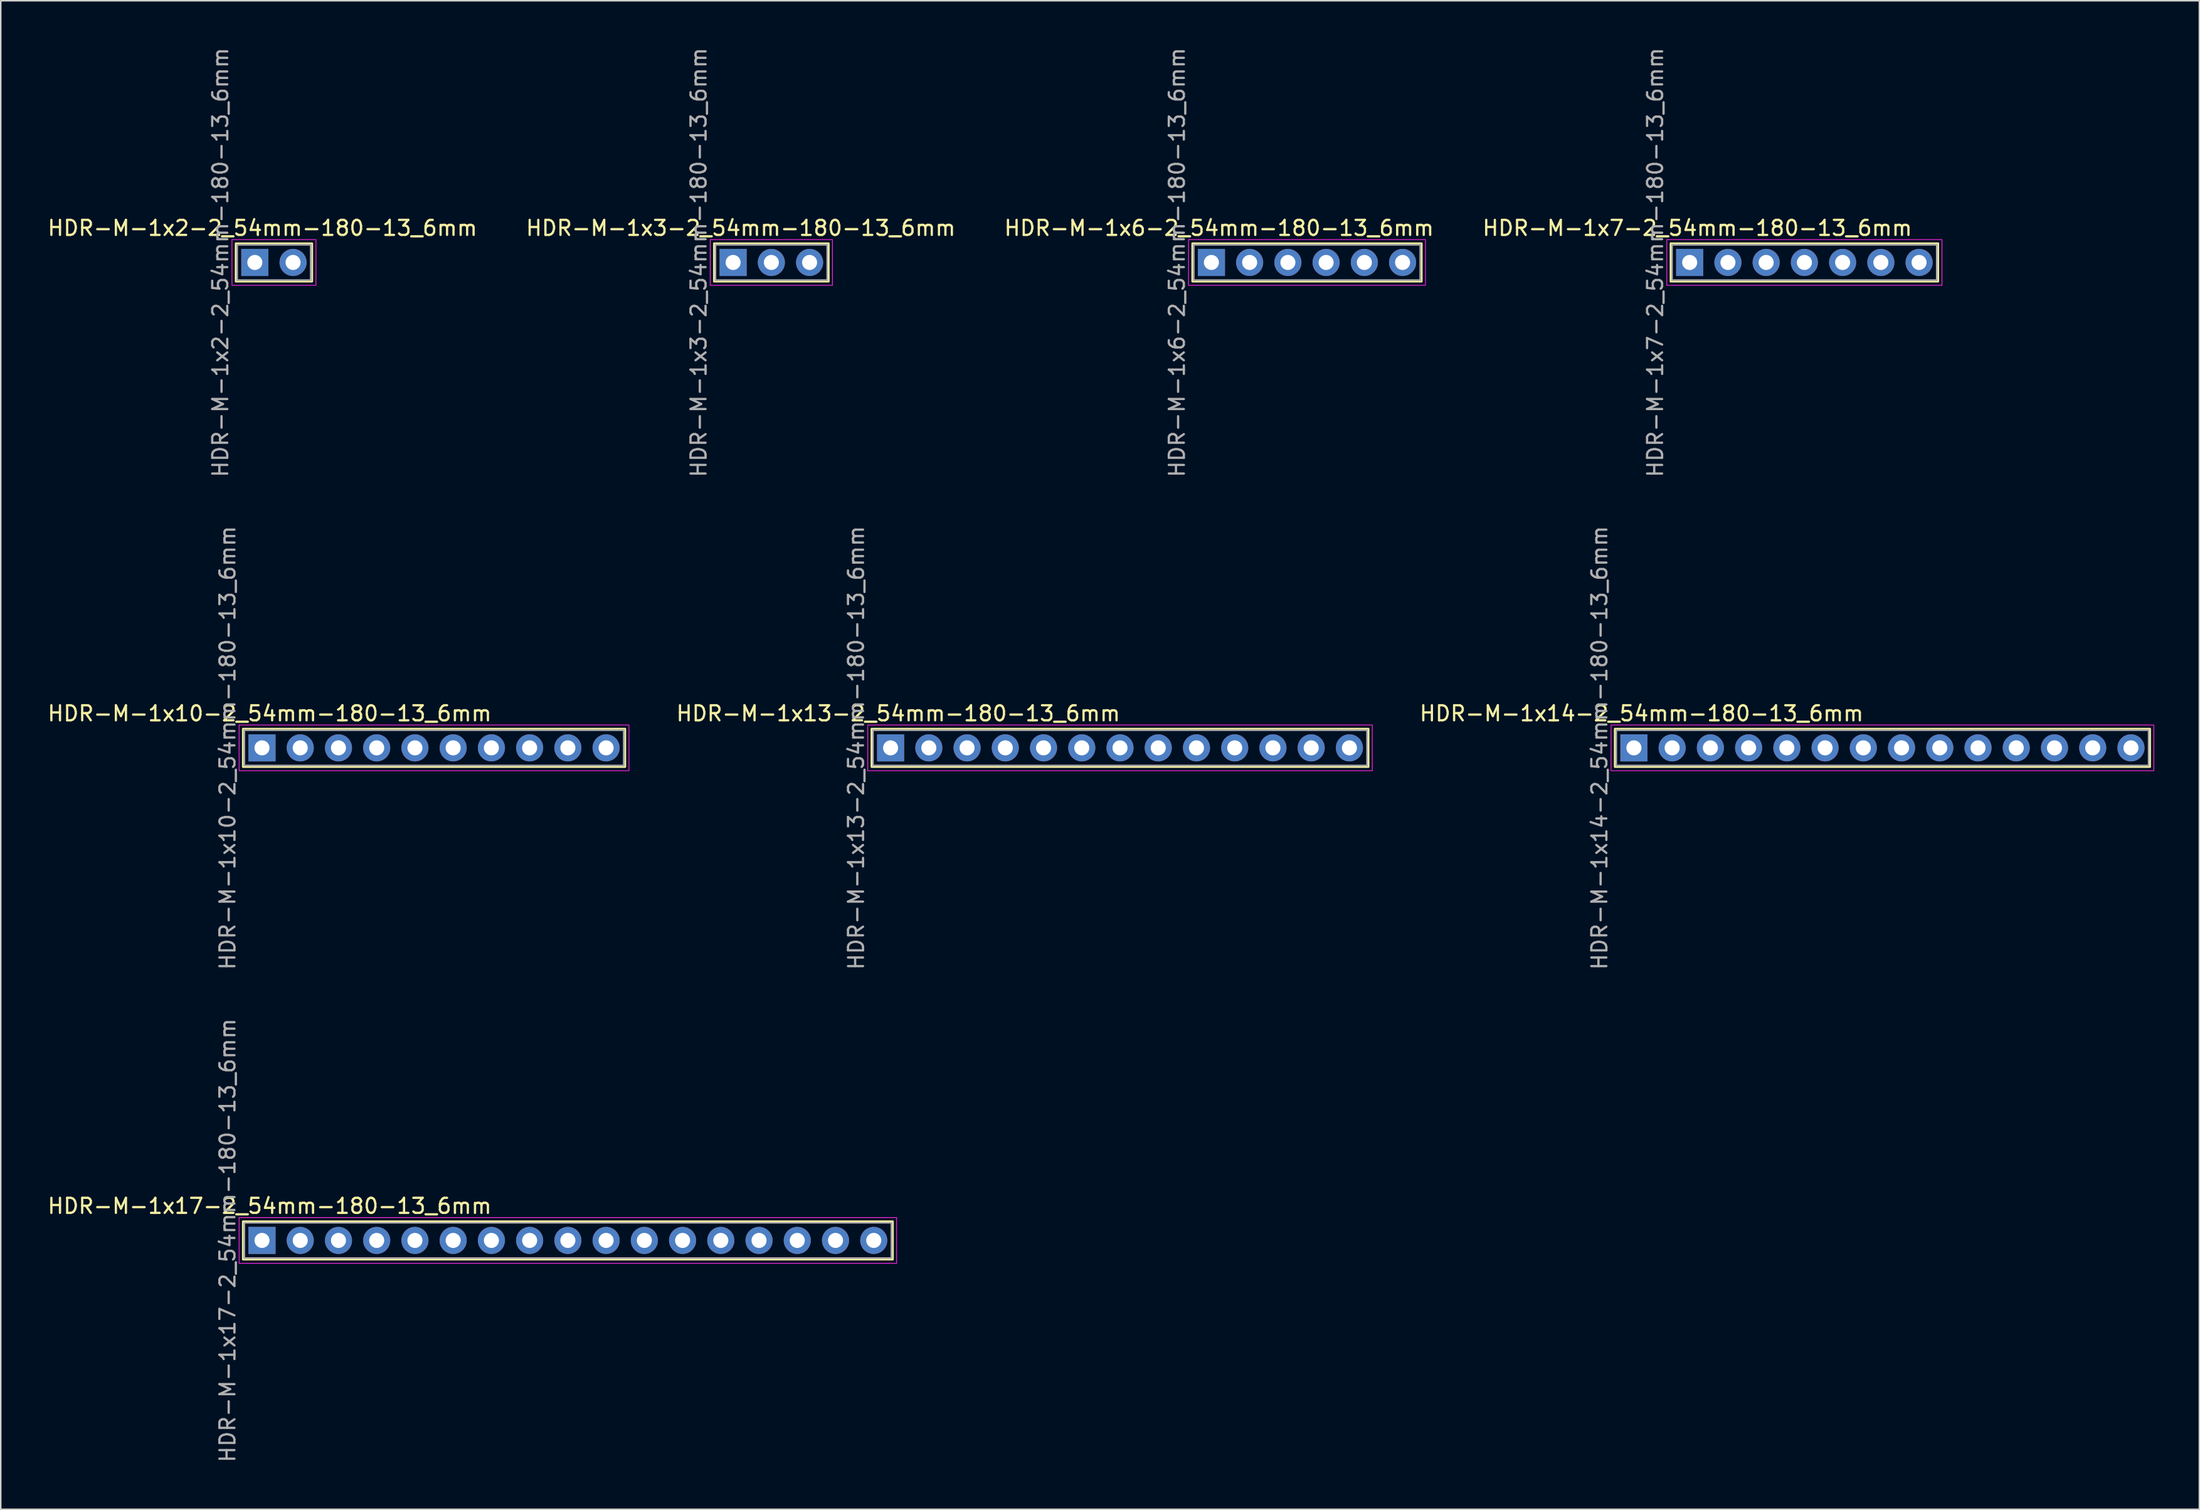
<source format=kicad_pcb>
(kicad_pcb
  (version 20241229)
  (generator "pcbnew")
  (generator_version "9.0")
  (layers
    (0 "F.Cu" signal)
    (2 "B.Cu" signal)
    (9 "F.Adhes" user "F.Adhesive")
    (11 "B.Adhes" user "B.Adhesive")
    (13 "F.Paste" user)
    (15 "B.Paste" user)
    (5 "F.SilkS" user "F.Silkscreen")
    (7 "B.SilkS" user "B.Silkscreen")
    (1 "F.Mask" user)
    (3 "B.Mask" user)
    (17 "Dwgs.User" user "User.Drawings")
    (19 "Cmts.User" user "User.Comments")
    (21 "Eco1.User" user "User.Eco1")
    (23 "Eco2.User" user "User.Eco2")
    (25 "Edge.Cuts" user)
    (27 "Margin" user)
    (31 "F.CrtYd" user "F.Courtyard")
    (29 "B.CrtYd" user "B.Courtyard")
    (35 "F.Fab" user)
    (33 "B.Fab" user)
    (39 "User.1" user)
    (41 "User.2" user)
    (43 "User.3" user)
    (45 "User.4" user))
  (footprint "HDR-M-1x2-2_54mm-180-13_6mm"
    (layer "F.Cu")
    (at 13.879 14.387)
    (property "Reference" "HDR-M-1x2-2_54mm-180-13_6mm" (at 0.508 -2.286 0) (unlocked yes) (layer "F.SilkS") (effects (font (size 1 1) (thickness 0.15))))
    (attr through_hole)
    (fp_rect (start -1.27 -1.27) (end 3.81 1.27) (stroke (width 0.12) (type solid)) (fill no) (layer "F.SilkS"))
    (fp_rect (start -1.52 -1.52) (end 4.06 1.52) (stroke (width 0.05) (type solid)) (fill no) (layer "F.CrtYd"))
    (fp_rect (start -1.17 -1.17) (end 3.71 1.17) (stroke (width 0.1) (type solid)) (fill no) (layer "F.Fab"))
    (fp_text user "${REFERENCE}" (at -2.286 0 90) (unlocked yes) (layer "F.Fab") (effects (font (size 1 1) (thickness 0.15))))
    (pad "1" thru_hole rect (at 0 0) (size 1.8 1.8) (drill 1) (layers "*.Cu" "*.Mask"))
    (pad "2" thru_hole circle (at 2.54 0) (size 1.8 1.8) (drill 1) (layers "*.Cu" "*.Mask")))
  (footprint "HDR-M-1x17-2_54mm-180-13_6mm"
    (layer "F.Cu")
    (at 14.355 79.363)
    (property "Reference" "HDR-M-1x17-2_54mm-180-13_6mm" (at 0.508 -2.286 0) (unlocked yes) (layer "F.SilkS") (effects (font (size 1 1) (thickness 0.15))))
    (attr through_hole)
    (fp_rect (start -1.27 -1.27) (end 41.91 1.27) (stroke (width 0.12) (type solid)) (fill no) (layer "F.SilkS"))
    (fp_rect (start -1.52 -1.52) (end 42.16 1.52) (stroke (width 0.05) (type solid)) (fill no) (layer "F.CrtYd"))
    (fp_rect (start -1.17 -1.17) (end 41.81 1.17) (stroke (width 0.1) (type solid)) (fill no) (layer "F.Fab"))
    (fp_text user "${REFERENCE}" (at -2.286 0 90) (unlocked yes) (layer "F.Fab") (effects (font (size 1 1) (thickness 0.15))))
    (pad "1" thru_hole rect (at 0 0) (size 1.8 1.8) (drill 1) (layers "*.Cu" "*.Mask"))
    (pad "2" thru_hole circle (at 2.54 0) (size 1.8 1.8) (drill 1) (layers "*.Cu" "*.Mask"))
    (pad "3" thru_hole circle (at 5.08 0) (size 1.8 1.8) (drill 1) (layers "*.Cu" "*.Mask"))
    (pad "4" thru_hole circle (at 7.62 0) (size 1.8 1.8) (drill 1) (layers "*.Cu" "*.Mask"))
    (pad "5" thru_hole circle (at 10.16 0) (size 1.8 1.8) (drill 1) (layers "*.Cu" "*.Mask"))
    (pad "6" thru_hole circle (at 12.7 0) (size 1.8 1.8) (drill 1) (layers "*.Cu" "*.Mask"))
    (pad "7" thru_hole circle (at 15.24 0) (size 1.8 1.8) (drill 1) (layers "*.Cu" "*.Mask"))
    (pad "8" thru_hole circle (at 17.78 0) (size 1.8 1.8) (drill 1) (layers "*.Cu" "*.Mask"))
    (pad "9" thru_hole circle (at 20.32 0) (size 1.8 1.8) (drill 1) (layers "*.Cu" "*.Mask"))
    (pad "10" thru_hole circle (at 22.86 0) (size 1.8 1.8) (drill 1) (layers "*.Cu" "*.Mask"))
    (pad "11" thru_hole circle (at 25.4 0) (size 1.8 1.8) (drill 1) (layers "*.Cu" "*.Mask"))
    (pad "12" thru_hole circle (at 27.94 0) (size 1.8 1.8) (drill 1) (layers "*.Cu" "*.Mask"))
    (pad "13" thru_hole circle (at 30.48 0) (size 1.8 1.8) (drill 1) (layers "*.Cu" "*.Mask"))
    (pad "14" thru_hole circle (at 33.02 0) (size 1.8 1.8) (drill 1) (layers "*.Cu" "*.Mask"))
    (pad "15" thru_hole circle (at 35.56 0) (size 1.8 1.8) (drill 1) (layers "*.Cu" "*.Mask"))
    (pad "16" thru_hole circle (at 38.1 0) (size 1.8 1.8) (drill 1) (layers "*.Cu" "*.Mask"))
    (pad "17" thru_hole circle (at 40.64 0) (size 1.8 1.8) (drill 1) (layers "*.Cu" "*.Mask")))
  (footprint "HDR-M-1x10-2_54mm-180-13_6mm"
    (layer "F.Cu")
    (at 14.355 46.637)
    (property "Reference" "HDR-M-1x10-2_54mm-180-13_6mm" (at 0.508 -2.286 0) (unlocked yes) (layer "F.SilkS") (effects (font (size 1 1) (thickness 0.15))))
    (attr through_hole)
    (fp_rect (start -1.27 -1.27) (end 24.13 1.27) (stroke (width 0.12) (type solid)) (fill no) (layer "F.SilkS"))
    (fp_rect (start -1.52 -1.52) (end 24.38 1.52) (stroke (width 0.05) (type solid)) (fill no) (layer "F.CrtYd"))
    (fp_rect (start -1.17 -1.17) (end 24.03 1.17) (stroke (width 0.1) (type solid)) (fill no) (layer "F.Fab"))
    (fp_text user "${REFERENCE}" (at -2.286 0 90) (unlocked yes) (layer "F.Fab") (effects (font (size 1 1) (thickness 0.15))))
    (pad "1" thru_hole rect (at 0 0) (size 1.8 1.8) (drill 1) (layers "*.Cu" "*.Mask"))
    (pad "2" thru_hole circle (at 2.54 0) (size 1.8 1.8) (drill 1) (layers "*.Cu" "*.Mask"))
    (pad "3" thru_hole circle (at 5.08 0) (size 1.8 1.8) (drill 1) (layers "*.Cu" "*.Mask"))
    (pad "4" thru_hole circle (at 7.62 0) (size 1.8 1.8) (drill 1) (layers "*.Cu" "*.Mask"))
    (pad "5" thru_hole circle (at 10.16 0) (size 1.8 1.8) (drill 1) (layers "*.Cu" "*.Mask"))
    (pad "6" thru_hole circle (at 12.7 0) (size 1.8 1.8) (drill 1) (layers "*.Cu" "*.Mask"))
    (pad "7" thru_hole circle (at 15.24 0) (size 1.8 1.8) (drill 1) (layers "*.Cu" "*.Mask"))
    (pad "8" thru_hole circle (at 17.78 0) (size 1.8 1.8) (drill 1) (layers "*.Cu" "*.Mask"))
    (pad "9" thru_hole circle (at 20.32 0) (size 1.8 1.8) (drill 1) (layers "*.Cu" "*.Mask"))
    (pad "10" thru_hole circle (at 22.86 0) (size 1.8 1.8) (drill 1) (layers "*.Cu" "*.Mask")))
  (footprint "HDR-M-1x3-2_54mm-180-13_6mm"
    (layer "F.Cu")
    (at 45.653 14.387)
    (property "Reference" "HDR-M-1x3-2_54mm-180-13_6mm" (at 0.508 -2.286 0) (unlocked yes) (layer "F.SilkS") (effects (font (size 1 1) (thickness 0.15))))
    (attr through_hole)
    (fp_rect (start -1.27 -1.27) (end 6.35 1.27) (stroke (width 0.12) (type solid)) (fill no) (layer "F.SilkS"))
    (fp_rect (start -1.52 -1.52) (end 6.6 1.52) (stroke (width 0.05) (type solid)) (fill no) (layer "F.CrtYd"))
    (fp_rect (start -1.17 -1.17) (end 6.25 1.17) (stroke (width 0.1) (type solid)) (fill no) (layer "F.Fab"))
    (fp_text user "${REFERENCE}" (at -2.286 0 90) (unlocked yes) (layer "F.Fab") (effects (font (size 1 1) (thickness 0.15))))
    (pad "1" thru_hole rect (at 0 0) (size 1.8 1.8) (drill 1) (layers "*.Cu" "*.Mask"))
    (pad "2" thru_hole circle (at 2.54 0) (size 1.8 1.8) (drill 1) (layers "*.Cu" "*.Mask"))
    (pad "3" thru_hole circle (at 5.08 0) (size 1.8 1.8) (drill 1) (layers "*.Cu" "*.Mask")))
  (footprint "HDR-M-1x13-2_54mm-180-13_6mm"
    (layer "F.Cu")
    (at 56.115 46.637)
    (property "Reference" "HDR-M-1x13-2_54mm-180-13_6mm" (at 0.508 -2.286 0) (unlocked yes) (layer "F.SilkS") (effects (font (size 1 1) (thickness 0.15))))
    (attr through_hole)
    (fp_rect (start -1.27 -1.27) (end 31.75 1.27) (stroke (width 0.12) (type solid)) (fill no) (layer "F.SilkS"))
    (fp_rect (start -1.52 -1.52) (end 32 1.52) (stroke (width 0.05) (type solid)) (fill no) (layer "F.CrtYd"))
    (fp_rect (start -1.17 -1.17) (end 31.65 1.17) (stroke (width 0.1) (type solid)) (fill no) (layer "F.Fab"))
    (fp_text user "${REFERENCE}" (at -2.286 0 90) (unlocked yes) (layer "F.Fab") (effects (font (size 1 1) (thickness 0.15))))
    (pad "1" thru_hole rect (at 0 0) (size 1.8 1.8) (drill 1) (layers "*.Cu" "*.Mask"))
    (pad "2" thru_hole circle (at 2.54 0) (size 1.8 1.8) (drill 1) (layers "*.Cu" "*.Mask"))
    (pad "3" thru_hole circle (at 5.08 0) (size 1.8 1.8) (drill 1) (layers "*.Cu" "*.Mask"))
    (pad "4" thru_hole circle (at 7.62 0) (size 1.8 1.8) (drill 1) (layers "*.Cu" "*.Mask"))
    (pad "5" thru_hole circle (at 10.16 0) (size 1.8 1.8) (drill 1) (layers "*.Cu" "*.Mask"))
    (pad "6" thru_hole circle (at 12.7 0) (size 1.8 1.8) (drill 1) (layers "*.Cu" "*.Mask"))
    (pad "7" thru_hole circle (at 15.24 0) (size 1.8 1.8) (drill 1) (layers "*.Cu" "*.Mask"))
    (pad "8" thru_hole circle (at 17.78 0) (size 1.8 1.8) (drill 1) (layers "*.Cu" "*.Mask"))
    (pad "9" thru_hole circle (at 20.32 0) (size 1.8 1.8) (drill 1) (layers "*.Cu" "*.Mask"))
    (pad "10" thru_hole circle (at 22.86 0) (size 1.8 1.8) (drill 1) (layers "*.Cu" "*.Mask"))
    (pad "11" thru_hole circle (at 25.4 0) (size 1.8 1.8) (drill 1) (layers "*.Cu" "*.Mask"))
    (pad "12" thru_hole circle (at 27.94 0) (size 1.8 1.8) (drill 1) (layers "*.Cu" "*.Mask"))
    (pad "13" thru_hole circle (at 30.48 0) (size 1.8 1.8) (drill 1) (layers "*.Cu" "*.Mask")))
  (footprint "HDR-M-1x14-2_54mm-180-13_6mm"
    (layer "F.Cu")
    (at 105.495 46.637)
    (property "Reference" "HDR-M-1x14-2_54mm-180-13_6mm" (at 0.508 -2.286 0) (unlocked yes) (layer "F.SilkS") (effects (font (size 1 1) (thickness 0.15))))
    (attr through_hole)
    (fp_rect (start -1.27 -1.27) (end 34.29 1.27) (stroke (width 0.12) (type solid)) (fill no) (layer "F.SilkS"))
    (fp_rect (start -1.52 -1.52) (end 34.54 1.52) (stroke (width 0.05) (type solid)) (fill no) (layer "F.CrtYd"))
    (fp_rect (start -1.17 -1.17) (end 34.19 1.17) (stroke (width 0.1) (type solid)) (fill no) (layer "F.Fab"))
    (fp_text user "${REFERENCE}" (at -2.286 0 90) (unlocked yes) (layer "F.Fab") (effects (font (size 1 1) (thickness 0.15))))
    (pad "1" thru_hole rect (at 0 0) (size 1.8 1.8) (drill 1) (layers "*.Cu" "*.Mask"))
    (pad "2" thru_hole circle (at 2.54 0) (size 1.8 1.8) (drill 1) (layers "*.Cu" "*.Mask"))
    (pad "3" thru_hole circle (at 5.08 0) (size 1.8 1.8) (drill 1) (layers "*.Cu" "*.Mask"))
    (pad "4" thru_hole circle (at 7.62 0) (size 1.8 1.8) (drill 1) (layers "*.Cu" "*.Mask"))
    (pad "5" thru_hole circle (at 10.16 0) (size 1.8 1.8) (drill 1) (layers "*.Cu" "*.Mask"))
    (pad "6" thru_hole circle (at 12.7 0) (size 1.8 1.8) (drill 1) (layers "*.Cu" "*.Mask"))
    (pad "7" thru_hole circle (at 15.24 0) (size 1.8 1.8) (drill 1) (layers "*.Cu" "*.Mask"))
    (pad "8" thru_hole circle (at 17.78 0) (size 1.8 1.8) (drill 1) (layers "*.Cu" "*.Mask"))
    (pad "9" thru_hole circle (at 20.32 0) (size 1.8 1.8) (drill 1) (layers "*.Cu" "*.Mask"))
    (pad "10" thru_hole circle (at 22.86 0) (size 1.8 1.8) (drill 1) (layers "*.Cu" "*.Mask"))
    (pad "11" thru_hole circle (at 25.4 0) (size 1.8 1.8) (drill 1) (layers "*.Cu" "*.Mask"))
    (pad "12" thru_hole circle (at 27.94 0) (size 1.8 1.8) (drill 1) (layers "*.Cu" "*.Mask"))
    (pad "13" thru_hole circle (at 30.48 0) (size 1.8 1.8) (drill 1) (layers "*.Cu" "*.Mask"))
    (pad "14" thru_hole circle (at 33.02 0) (size 1.8 1.8) (drill 1) (layers "*.Cu" "*.Mask")))
  (footprint "HDR-M-1x6-2_54mm-180-13_6mm"
    (layer "F.Cu")
    (at 77.427 14.387)
    (property "Reference" "HDR-M-1x6-2_54mm-180-13_6mm" (at 0.508 -2.286 0) (unlocked yes) (layer "F.SilkS") (effects (font (size 1 1) (thickness 0.15))))
    (attr through_hole)
    (fp_rect (start -1.27 -1.27) (end 13.97 1.27) (stroke (width 0.12) (type solid)) (fill no) (layer "F.SilkS"))
    (fp_rect (start -1.52 -1.52) (end 14.22 1.52) (stroke (width 0.05) (type solid)) (fill no) (layer "F.CrtYd"))
    (fp_rect (start -1.17 -1.17) (end 13.87 1.17) (stroke (width 0.1) (type solid)) (fill no) (layer "F.Fab"))
    (fp_text user "${REFERENCE}" (at -2.286 0 90) (unlocked yes) (layer "F.Fab") (effects (font (size 1 1) (thickness 0.15))))
    (pad "1" thru_hole rect (at 0 0) (size 1.8 1.8) (drill 1) (layers "*.Cu" "*.Mask"))
    (pad "2" thru_hole circle (at 2.54 0) (size 1.8 1.8) (drill 1) (layers "*.Cu" "*.Mask"))
    (pad "3" thru_hole circle (at 5.08 0) (size 1.8 1.8) (drill 1) (layers "*.Cu" "*.Mask"))
    (pad "4" thru_hole circle (at 7.62 0) (size 1.8 1.8) (drill 1) (layers "*.Cu" "*.Mask"))
    (pad "5" thru_hole circle (at 10.16 0) (size 1.8 1.8) (drill 1) (layers "*.Cu" "*.Mask"))
    (pad "6" thru_hole circle (at 12.7 0) (size 1.8 1.8) (drill 1) (layers "*.Cu" "*.Mask")))
  (footprint "HDR-M-1x7-2_54mm-180-13_6mm"
    (layer "F.Cu")
    (at 109.2 14.387)
    (property "Reference" "HDR-M-1x7-2_54mm-180-13_6mm" (at 0.508 -2.286 0) (unlocked yes) (layer "F.SilkS") (effects (font (size 1 1) (thickness 0.15))))
    (attr through_hole)
    (fp_rect (start -1.27 -1.27) (end 16.51 1.27) (stroke (width 0.12) (type solid)) (fill no) (layer "F.SilkS"))
    (fp_rect (start -1.52 -1.52) (end 16.76 1.52) (stroke (width 0.05) (type solid)) (fill no) (layer "F.CrtYd"))
    (fp_rect (start -1.17 -1.17) (end 16.41 1.17) (stroke (width 0.1) (type solid)) (fill no) (layer "F.Fab"))
    (fp_text user "${REFERENCE}" (at -2.286 0 90) (unlocked yes) (layer "F.Fab") (effects (font (size 1 1) (thickness 0.15))))
    (pad "1" thru_hole rect (at 0 0) (size 1.8 1.8) (drill 1) (layers "*.Cu" "*.Mask"))
    (pad "2" thru_hole circle (at 2.54 0) (size 1.8 1.8) (drill 1) (layers "*.Cu" "*.Mask"))
    (pad "3" thru_hole circle (at 5.08 0) (size 1.8 1.8) (drill 1) (layers "*.Cu" "*.Mask"))
    (pad "4" thru_hole circle (at 7.62 0) (size 1.8 1.8) (drill 1) (layers "*.Cu" "*.Mask"))
    (pad "5" thru_hole circle (at 10.16 0) (size 1.8 1.8) (drill 1) (layers "*.Cu" "*.Mask"))
    (pad "6" thru_hole circle (at 12.7 0) (size 1.8 1.8) (drill 1) (layers "*.Cu" "*.Mask"))
    (pad "7" thru_hole circle (at 15.24 0) (size 1.8 1.8) (drill 1) (layers "*.Cu" "*.Mask")))
  (gr_rect
    (start -3 -3)
    (end 143.06 97.226)
    (stroke (width 0.1) (type default))
    (fill no)
    (layer "Edge.Cuts")))
</source>
